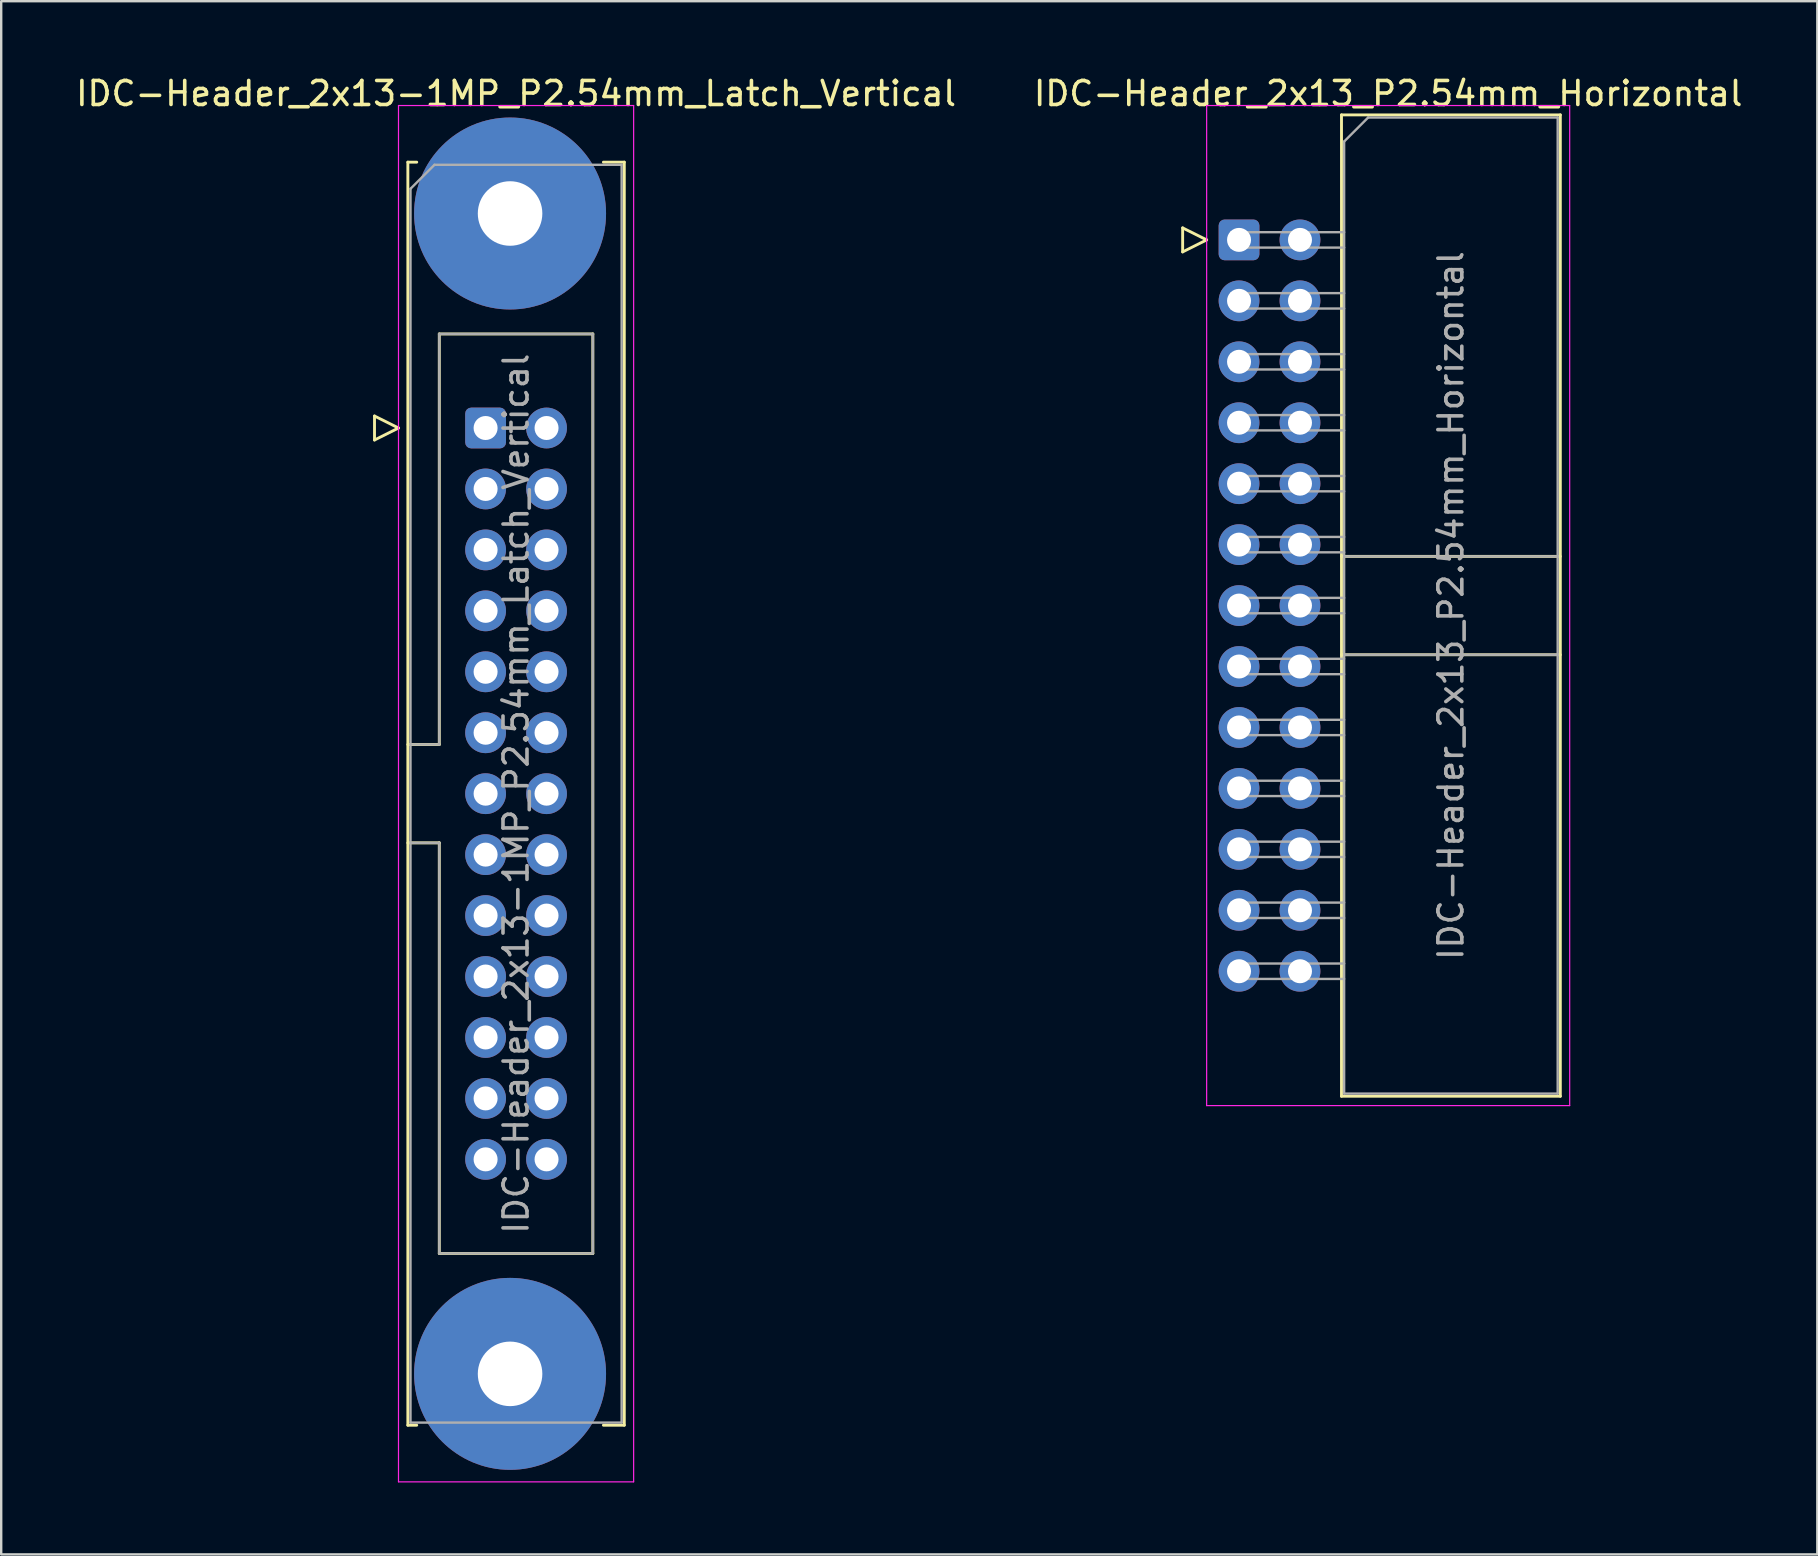
<source format=kicad_pcb>
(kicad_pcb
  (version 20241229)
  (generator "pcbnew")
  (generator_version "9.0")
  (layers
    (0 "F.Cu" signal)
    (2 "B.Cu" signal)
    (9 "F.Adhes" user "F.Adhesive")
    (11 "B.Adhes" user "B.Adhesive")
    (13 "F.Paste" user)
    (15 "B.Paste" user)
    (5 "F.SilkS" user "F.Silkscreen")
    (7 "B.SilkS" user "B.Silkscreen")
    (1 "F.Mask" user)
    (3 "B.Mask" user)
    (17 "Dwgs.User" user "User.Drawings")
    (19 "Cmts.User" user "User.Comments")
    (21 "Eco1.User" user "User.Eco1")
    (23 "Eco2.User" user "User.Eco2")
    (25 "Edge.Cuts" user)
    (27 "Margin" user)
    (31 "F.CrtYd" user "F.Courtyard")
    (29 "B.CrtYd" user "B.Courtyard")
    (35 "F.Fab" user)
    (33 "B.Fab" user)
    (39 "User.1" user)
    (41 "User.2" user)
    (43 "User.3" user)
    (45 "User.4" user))
  (footprint "IDC-Header_2x13_P2.54mm_Horizontal"
    (layer "F.Cu")
    (at 48.589 6.948)
    (property "Reference" "IDC-Header_2x13_P2.54mm_Horizontal" (at 6.215 -6.1 0) (layer "F.SilkS") (effects (font (size 1 1) (thickness 0.15))))
    (attr through_hole)
    (fp_line (start -2.35 -0.5) (end -2.35 0.5) (stroke (width 0.12) (type solid)) (layer "F.SilkS"))
    (fp_line (start -2.35 0.5) (end -1.35 0) (stroke (width 0.12) (type solid)) (layer "F.SilkS"))
    (fp_line (start -1.35 0) (end -2.35 -0.5) (stroke (width 0.12) (type solid)) (layer "F.SilkS"))
    (fp_line (start 4.27 -5.21) (end 13.39 -5.21) (stroke (width 0.12) (type solid)) (layer "F.SilkS"))
    (fp_line (start 4.27 13.19) (end 13.39 13.19) (stroke (width 0.12) (type solid)) (layer "F.SilkS"))
    (fp_line (start 4.27 17.29) (end 13.39 17.29) (stroke (width 0.12) (type solid)) (layer "F.SilkS"))
    (fp_line (start 4.27 35.69) (end 4.27 -5.21) (stroke (width 0.12) (type solid)) (layer "F.SilkS"))
    (fp_line (start 13.39 -5.21) (end 13.39 35.69) (stroke (width 0.12) (type solid)) (layer "F.SilkS"))
    (fp_line (start 13.39 35.69) (end 4.27 35.69) (stroke (width 0.12) (type solid)) (layer "F.SilkS"))
    (fp_line (start -1.35 -5.6) (end -1.35 36.08) (stroke (width 0.05) (type solid)) (layer "F.CrtYd"))
    (fp_line (start -1.35 36.08) (end 13.78 36.08) (stroke (width 0.05) (type solid)) (layer "F.CrtYd"))
    (fp_line (start 13.78 -5.6) (end -1.35 -5.6) (stroke (width 0.05) (type solid)) (layer "F.CrtYd"))
    (fp_line (start 13.78 36.08) (end 13.78 -5.6) (stroke (width 0.05) (type solid)) (layer "F.CrtYd"))
    (fp_line (start -0.32 -0.32) (end -0.32 0.32) (stroke (width 0.1) (type solid)) (layer "F.Fab"))
    (fp_line (start -0.32 0.32) (end 4.38 0.32) (stroke (width 0.1) (type solid)) (layer "F.Fab"))
    (fp_line (start -0.32 2.22) (end -0.32 2.86) (stroke (width 0.1) (type solid)) (layer "F.Fab"))
    (fp_line (start -0.32 2.86) (end 4.38 2.86) (stroke (width 0.1) (type solid)) (layer "F.Fab"))
    (fp_line (start -0.32 4.76) (end -0.32 5.4) (stroke (width 0.1) (type solid)) (layer "F.Fab"))
    (fp_line (start -0.32 5.4) (end 4.38 5.4) (stroke (width 0.1) (type solid)) (layer "F.Fab"))
    (fp_line (start -0.32 7.3) (end -0.32 7.94) (stroke (width 0.1) (type solid)) (layer "F.Fab"))
    (fp_line (start -0.32 7.94) (end 4.38 7.94) (stroke (width 0.1) (type solid)) (layer "F.Fab"))
    (fp_line (start -0.32 9.84) (end -0.32 10.48) (stroke (width 0.1) (type solid)) (layer "F.Fab"))
    (fp_line (start -0.32 10.48) (end 4.38 10.48) (stroke (width 0.1) (type solid)) (layer "F.Fab"))
    (fp_line (start -0.32 12.38) (end -0.32 13.02) (stroke (width 0.1) (type solid)) (layer "F.Fab"))
    (fp_line (start -0.32 13.02) (end 4.38 13.02) (stroke (width 0.1) (type solid)) (layer "F.Fab"))
    (fp_line (start -0.32 14.92) (end -0.32 15.56) (stroke (width 0.1) (type solid)) (layer "F.Fab"))
    (fp_line (start -0.32 15.56) (end 4.38 15.56) (stroke (width 0.1) (type solid)) (layer "F.Fab"))
    (fp_line (start -0.32 17.46) (end -0.32 18.1) (stroke (width 0.1) (type solid)) (layer "F.Fab"))
    (fp_line (start -0.32 18.1) (end 4.38 18.1) (stroke (width 0.1) (type solid)) (layer "F.Fab"))
    (fp_line (start -0.32 20) (end -0.32 20.64) (stroke (width 0.1) (type solid)) (layer "F.Fab"))
    (fp_line (start -0.32 20.64) (end 4.38 20.64) (stroke (width 0.1) (type solid)) (layer "F.Fab"))
    (fp_line (start -0.32 22.54) (end -0.32 23.18) (stroke (width 0.1) (type solid)) (layer "F.Fab"))
    (fp_line (start -0.32 23.18) (end 4.38 23.18) (stroke (width 0.1) (type solid)) (layer "F.Fab"))
    (fp_line (start -0.32 25.08) (end -0.32 25.72) (stroke (width 0.1) (type solid)) (layer "F.Fab"))
    (fp_line (start -0.32 25.72) (end 4.38 25.72) (stroke (width 0.1) (type solid)) (layer "F.Fab"))
    (fp_line (start -0.32 27.62) (end -0.32 28.26) (stroke (width 0.1) (type solid)) (layer "F.Fab"))
    (fp_line (start -0.32 28.26) (end 4.38 28.26) (stroke (width 0.1) (type solid)) (layer "F.Fab"))
    (fp_line (start -0.32 30.16) (end -0.32 30.8) (stroke (width 0.1) (type solid)) (layer "F.Fab"))
    (fp_line (start -0.32 30.8) (end 4.38 30.8) (stroke (width 0.1) (type solid)) (layer "F.Fab"))
    (fp_line (start 4.38 -4.1) (end 5.38 -5.1) (stroke (width 0.1) (type solid)) (layer "F.Fab"))
    (fp_line (start 4.38 -0.32) (end -0.32 -0.32) (stroke (width 0.1) (type solid)) (layer "F.Fab"))
    (fp_line (start 4.38 2.22) (end -0.32 2.22) (stroke (width 0.1) (type solid)) (layer "F.Fab"))
    (fp_line (start 4.38 4.76) (end -0.32 4.76) (stroke (width 0.1) (type solid)) (layer "F.Fab"))
    (fp_line (start 4.38 7.3) (end -0.32 7.3) (stroke (width 0.1) (type solid)) (layer "F.Fab"))
    (fp_line (start 4.38 9.84) (end -0.32 9.84) (stroke (width 0.1) (type solid)) (layer "F.Fab"))
    (fp_line (start 4.38 12.38) (end -0.32 12.38) (stroke (width 0.1) (type solid)) (layer "F.Fab"))
    (fp_line (start 4.38 13.19) (end 13.28 13.19) (stroke (width 0.1) (type solid)) (layer "F.Fab"))
    (fp_line (start 4.38 14.92) (end -0.32 14.92) (stroke (width 0.1) (type solid)) (layer "F.Fab"))
    (fp_line (start 4.38 17.29) (end 13.28 17.29) (stroke (width 0.1) (type solid)) (layer "F.Fab"))
    (fp_line (start 4.38 17.46) (end -0.32 17.46) (stroke (width 0.1) (type solid)) (layer "F.Fab"))
    (fp_line (start 4.38 20) (end -0.32 20) (stroke (width 0.1) (type solid)) (layer "F.Fab"))
    (fp_line (start 4.38 22.54) (end -0.32 22.54) (stroke (width 0.1) (type solid)) (layer "F.Fab"))
    (fp_line (start 4.38 25.08) (end -0.32 25.08) (stroke (width 0.1) (type solid)) (layer "F.Fab"))
    (fp_line (start 4.38 27.62) (end -0.32 27.62) (stroke (width 0.1) (type solid)) (layer "F.Fab"))
    (fp_line (start 4.38 30.16) (end -0.32 30.16) (stroke (width 0.1) (type solid)) (layer "F.Fab"))
    (fp_line (start 4.38 35.58) (end 4.38 -4.1) (stroke (width 0.1) (type solid)) (layer "F.Fab"))
    (fp_line (start 5.38 -5.1) (end 13.28 -5.1) (stroke (width 0.1) (type solid)) (layer "F.Fab"))
    (fp_line (start 13.28 -5.1) (end 13.28 35.58) (stroke (width 0.1) (type solid)) (layer "F.Fab"))
    (fp_line (start 13.28 35.58) (end 4.38 35.58) (stroke (width 0.1) (type solid)) (layer "F.Fab"))
    (fp_text user "${REFERENCE}" (at 8.83 15.24 90) (layer "F.Fab") (effects (font (size 1 1) (thickness 0.15))))
    (pad "1" thru_hole roundrect (at 0 0) (size 1.7 1.7) (drill 1) (layers "*.Cu" "*.Mask") (roundrect_rratio 0.147))
    (pad "2" thru_hole circle (at 2.54 0) (size 1.7 1.7) (drill 1) (layers "*.Cu" "*.Mask"))
    (pad "3" thru_hole circle (at 0 2.54) (size 1.7 1.7) (drill 1) (layers "*.Cu" "*.Mask"))
    (pad "4" thru_hole circle (at 2.54 2.54) (size 1.7 1.7) (drill 1) (layers "*.Cu" "*.Mask"))
    (pad "5" thru_hole circle (at 0 5.08) (size 1.7 1.7) (drill 1) (layers "*.Cu" "*.Mask"))
    (pad "6" thru_hole circle (at 2.54 5.08) (size 1.7 1.7) (drill 1) (layers "*.Cu" "*.Mask"))
    (pad "7" thru_hole circle (at 0 7.62) (size 1.7 1.7) (drill 1) (layers "*.Cu" "*.Mask"))
    (pad "8" thru_hole circle (at 2.54 7.62) (size 1.7 1.7) (drill 1) (layers "*.Cu" "*.Mask"))
    (pad "9" thru_hole circle (at 0 10.16) (size 1.7 1.7) (drill 1) (layers "*.Cu" "*.Mask"))
    (pad "10" thru_hole circle (at 2.54 10.16) (size 1.7 1.7) (drill 1) (layers "*.Cu" "*.Mask"))
    (pad "11" thru_hole circle (at 0 12.7) (size 1.7 1.7) (drill 1) (layers "*.Cu" "*.Mask"))
    (pad "12" thru_hole circle (at 2.54 12.7) (size 1.7 1.7) (drill 1) (layers "*.Cu" "*.Mask"))
    (pad "13" thru_hole circle (at 0 15.24) (size 1.7 1.7) (drill 1) (layers "*.Cu" "*.Mask"))
    (pad "14" thru_hole circle (at 2.54 15.24) (size 1.7 1.7) (drill 1) (layers "*.Cu" "*.Mask"))
    (pad "15" thru_hole circle (at 0 17.78) (size 1.7 1.7) (drill 1) (layers "*.Cu" "*.Mask"))
    (pad "16" thru_hole circle (at 2.54 17.78) (size 1.7 1.7) (drill 1) (layers "*.Cu" "*.Mask"))
    (pad "17" thru_hole circle (at 0 20.32) (size 1.7 1.7) (drill 1) (layers "*.Cu" "*.Mask"))
    (pad "18" thru_hole circle (at 2.54 20.32) (size 1.7 1.7) (drill 1) (layers "*.Cu" "*.Mask"))
    (pad "19" thru_hole circle (at 0 22.86) (size 1.7 1.7) (drill 1) (layers "*.Cu" "*.Mask"))
    (pad "20" thru_hole circle (at 2.54 22.86) (size 1.7 1.7) (drill 1) (layers "*.Cu" "*.Mask"))
    (pad "21" thru_hole circle (at 0 25.4) (size 1.7 1.7) (drill 1) (layers "*.Cu" "*.Mask"))
    (pad "22" thru_hole circle (at 2.54 25.4) (size 1.7 1.7) (drill 1) (layers "*.Cu" "*.Mask"))
    (pad "23" thru_hole circle (at 0 27.94) (size 1.7 1.7) (drill 1) (layers "*.Cu" "*.Mask"))
    (pad "24" thru_hole circle (at 2.54 27.94) (size 1.7 1.7) (drill 1) (layers "*.Cu" "*.Mask"))
    (pad "25" thru_hole circle (at 0 30.48) (size 1.7 1.7) (drill 1) (layers "*.Cu" "*.Mask"))
    (pad "26" thru_hole circle (at 2.54 30.48) (size 1.7 1.7) (drill 1) (layers "*.Cu" "*.Mask")))
  (footprint "IDC-Header_2x13-1MP_P2.54mm_Latch_Vertical"
    (layer "F.Cu")
    (at 17.188 14.788)
    (property "Reference" "IDC-Header_2x13-1MP_P2.54mm_Latch_Vertical" (at 1.27 -13.94 0) (layer "F.SilkS") (effects (font (size 1 1) (thickness 0.15))))
    (attr through_hole)
    (fp_line (start -4.63 -0.5) (end -4.63 0.5) (stroke (width 0.12) (type solid)) (layer "F.SilkS"))
    (fp_line (start -4.63 0.5) (end -3.63 0) (stroke (width 0.12) (type solid)) (layer "F.SilkS"))
    (fp_line (start -3.63 0) (end -4.63 -0.5) (stroke (width 0.12) (type solid)) (layer "F.SilkS"))
    (fp_line (start -3.24 -11.08) (end -3.24 41.56) (stroke (width 0.12) (type solid)) (layer "F.SilkS"))
    (fp_line (start -3.24 13.19) (end -1.93 13.19) (stroke (width 0.12) (type solid)) (layer "F.SilkS"))
    (fp_line (start -3.24 41.56) (end -2.87 41.56) (stroke (width 0.12) (type solid)) (layer "F.SilkS"))
    (fp_line (start -2.87 -11.08) (end -3.24 -11.08) (stroke (width 0.12) (type solid)) (layer "F.SilkS"))
    (fp_line (start -1.93 -3.92) (end 4.47 -3.92) (stroke (width 0.12) (type solid)) (layer "F.SilkS"))
    (fp_line (start -1.93 13.19) (end -1.93 -3.92) (stroke (width 0.12) (type solid)) (layer "F.SilkS"))
    (fp_line (start -1.93 17.29) (end -3.24 17.29) (stroke (width 0.12) (type solid)) (layer "F.SilkS"))
    (fp_line (start -1.93 17.29) (end -1.93 17.29) (stroke (width 0.12) (type solid)) (layer "F.SilkS"))
    (fp_line (start -1.93 34.4) (end -1.93 17.29) (stroke (width 0.12) (type solid)) (layer "F.SilkS"))
    (fp_line (start 4.47 -3.92) (end 4.47 34.4) (stroke (width 0.12) (type solid)) (layer "F.SilkS"))
    (fp_line (start 4.47 34.4) (end -1.93 34.4) (stroke (width 0.12) (type solid)) (layer "F.SilkS"))
    (fp_line (start 4.91 -11.08) (end 5.78 -11.08) (stroke (width 0.12) (type solid)) (layer "F.SilkS"))
    (fp_line (start 5.78 -11.08) (end 5.78 41.56) (stroke (width 0.12) (type solid)) (layer "F.SilkS"))
    (fp_line (start 5.78 41.56) (end 4.91 41.56) (stroke (width 0.12) (type solid)) (layer "F.SilkS"))
    (fp_line (start -3.63 -13.44) (end -3.63 43.92) (stroke (width 0.05) (type solid)) (layer "F.CrtYd"))
    (fp_line (start -3.63 43.92) (end 6.17 43.92) (stroke (width 0.05) (type solid)) (layer "F.CrtYd"))
    (fp_line (start 6.17 -13.44) (end -3.63 -13.44) (stroke (width 0.05) (type solid)) (layer "F.CrtYd"))
    (fp_line (start 6.17 43.92) (end 6.17 -13.44) (stroke (width 0.05) (type solid)) (layer "F.CrtYd"))
    (fp_line (start -3.13 -9.97) (end -2.13 -10.97) (stroke (width 0.1) (type solid)) (layer "F.Fab"))
    (fp_line (start -3.13 13.19) (end -1.93 13.19) (stroke (width 0.1) (type solid)) (layer "F.Fab"))
    (fp_line (start -3.13 41.45) (end -3.13 -9.97) (stroke (width 0.1) (type solid)) (layer "F.Fab"))
    (fp_line (start -2.13 -10.97) (end 5.67 -10.97) (stroke (width 0.1) (type solid)) (layer "F.Fab"))
    (fp_line (start -1.93 -3.92) (end 4.47 -3.92) (stroke (width 0.1) (type solid)) (layer "F.Fab"))
    (fp_line (start -1.93 13.19) (end -1.93 -3.92) (stroke (width 0.1) (type solid)) (layer "F.Fab"))
    (fp_line (start -1.93 17.29) (end -3.13 17.29) (stroke (width 0.1) (type solid)) (layer "F.Fab"))
    (fp_line (start -1.93 17.29) (end -1.93 17.29) (stroke (width 0.1) (type solid)) (layer "F.Fab"))
    (fp_line (start -1.93 34.4) (end -1.93 17.29) (stroke (width 0.1) (type solid)) (layer "F.Fab"))
    (fp_line (start 4.47 -3.92) (end 4.47 34.4) (stroke (width 0.1) (type solid)) (layer "F.Fab"))
    (fp_line (start 4.47 34.4) (end -1.93 34.4) (stroke (width 0.1) (type solid)) (layer "F.Fab"))
    (fp_line (start 5.67 -10.97) (end 5.67 41.45) (stroke (width 0.1) (type solid)) (layer "F.Fab"))
    (fp_line (start 5.67 41.45) (end -3.13 41.45) (stroke (width 0.1) (type solid)) (layer "F.Fab"))
    (fp_text user "${REFERENCE}" (at 1.27 15.24 90) (layer "F.Fab") (effects (font (size 1 1) (thickness 0.15))))
    (pad "1" thru_hole roundrect (at 0 0) (size 1.7 1.7) (drill 1) (layers "*.Cu" "*.Mask") (roundrect_rratio 0.147))
    (pad "2" thru_hole circle (at 2.54 0) (size 1.7 1.7) (drill 1) (layers "*.Cu" "*.Mask"))
    (pad "3" thru_hole circle (at 0 2.54) (size 1.7 1.7) (drill 1) (layers "*.Cu" "*.Mask"))
    (pad "4" thru_hole circle (at 2.54 2.54) (size 1.7 1.7) (drill 1) (layers "*.Cu" "*.Mask"))
    (pad "5" thru_hole circle (at 0 5.08) (size 1.7 1.7) (drill 1) (layers "*.Cu" "*.Mask"))
    (pad "6" thru_hole circle (at 2.54 5.08) (size 1.7 1.7) (drill 1) (layers "*.Cu" "*.Mask"))
    (pad "7" thru_hole circle (at 0 7.62) (size 1.7 1.7) (drill 1) (layers "*.Cu" "*.Mask"))
    (pad "8" thru_hole circle (at 2.54 7.62) (size 1.7 1.7) (drill 1) (layers "*.Cu" "*.Mask"))
    (pad "9" thru_hole circle (at 0 10.16) (size 1.7 1.7) (drill 1) (layers "*.Cu" "*.Mask"))
    (pad "10" thru_hole circle (at 2.54 10.16) (size 1.7 1.7) (drill 1) (layers "*.Cu" "*.Mask"))
    (pad "11" thru_hole circle (at 0 12.7) (size 1.7 1.7) (drill 1) (layers "*.Cu" "*.Mask"))
    (pad "12" thru_hole circle (at 2.54 12.7) (size 1.7 1.7) (drill 1) (layers "*.Cu" "*.Mask"))
    (pad "13" thru_hole circle (at 0 15.24) (size 1.7 1.7) (drill 1) (layers "*.Cu" "*.Mask"))
    (pad "14" thru_hole circle (at 2.54 15.24) (size 1.7 1.7) (drill 1) (layers "*.Cu" "*.Mask"))
    (pad "15" thru_hole circle (at 0 17.78) (size 1.7 1.7) (drill 1) (layers "*.Cu" "*.Mask"))
    (pad "16" thru_hole circle (at 2.54 17.78) (size 1.7 1.7) (drill 1) (layers "*.Cu" "*.Mask"))
    (pad "17" thru_hole circle (at 0 20.32) (size 1.7 1.7) (drill 1) (layers "*.Cu" "*.Mask"))
    (pad "18" thru_hole circle (at 2.54 20.32) (size 1.7 1.7) (drill 1) (layers "*.Cu" "*.Mask"))
    (pad "19" thru_hole circle (at 0 22.86) (size 1.7 1.7) (drill 1) (layers "*.Cu" "*.Mask"))
    (pad "20" thru_hole circle (at 2.54 22.86) (size 1.7 1.7) (drill 1) (layers "*.Cu" "*.Mask"))
    (pad "21" thru_hole circle (at 0 25.4) (size 1.7 1.7) (drill 1) (layers "*.Cu" "*.Mask"))
    (pad "22" thru_hole circle (at 2.54 25.4) (size 1.7 1.7) (drill 1) (layers "*.Cu" "*.Mask"))
    (pad "23" thru_hole circle (at 0 27.94) (size 1.7 1.7) (drill 1) (layers "*.Cu" "*.Mask"))
    (pad "24" thru_hole circle (at 2.54 27.94) (size 1.7 1.7) (drill 1) (layers "*.Cu" "*.Mask"))
    (pad "25" thru_hole circle (at 0 30.48) (size 1.7 1.7) (drill 1) (layers "*.Cu" "*.Mask"))
    (pad "26" thru_hole circle (at 2.54 30.48) (size 1.7 1.7) (drill 1) (layers "*.Cu" "*.Mask"))
    (pad "MP" thru_hole circle (at 1.02 -8.94) (size 8 8) (drill 2.69) (layers "*.Cu" "*.Mask"))
    (pad "MP" thru_hole circle (at 1.02 39.42) (size 8 8) (drill 2.69) (layers "*.Cu" "*.Mask")))
  (gr_rect
    (start -3 -3)
    (end 72.69 61.733)
    (stroke (width 0.1) (type default))
    (fill no)
    (layer "Edge.Cuts")))
</source>
